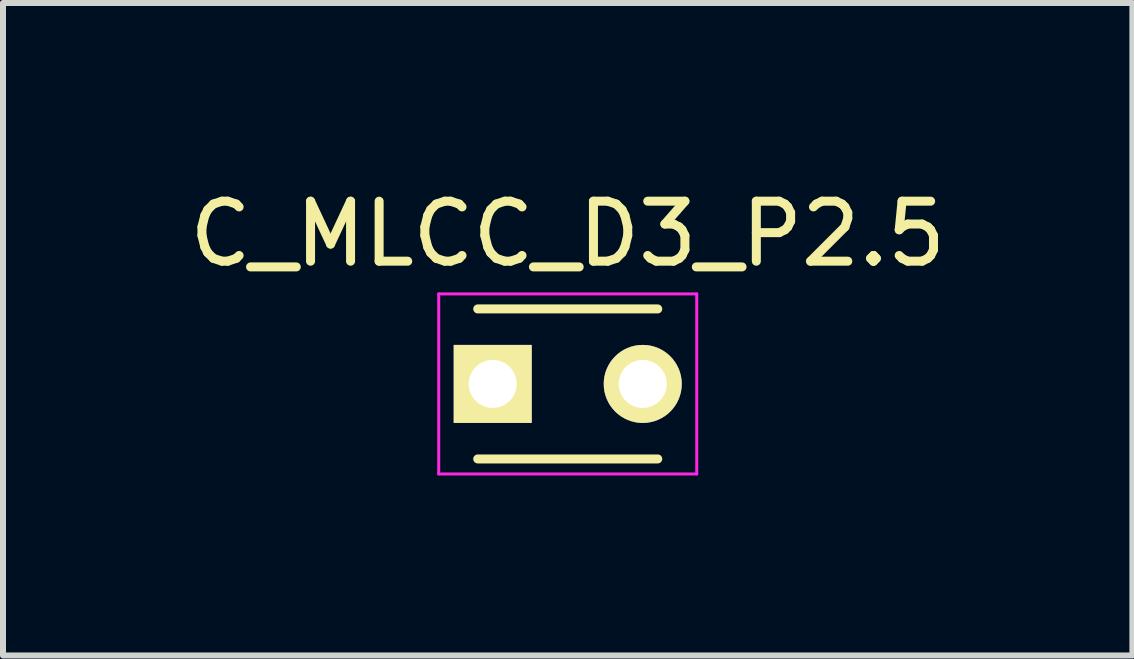
<source format=kicad_pcb>
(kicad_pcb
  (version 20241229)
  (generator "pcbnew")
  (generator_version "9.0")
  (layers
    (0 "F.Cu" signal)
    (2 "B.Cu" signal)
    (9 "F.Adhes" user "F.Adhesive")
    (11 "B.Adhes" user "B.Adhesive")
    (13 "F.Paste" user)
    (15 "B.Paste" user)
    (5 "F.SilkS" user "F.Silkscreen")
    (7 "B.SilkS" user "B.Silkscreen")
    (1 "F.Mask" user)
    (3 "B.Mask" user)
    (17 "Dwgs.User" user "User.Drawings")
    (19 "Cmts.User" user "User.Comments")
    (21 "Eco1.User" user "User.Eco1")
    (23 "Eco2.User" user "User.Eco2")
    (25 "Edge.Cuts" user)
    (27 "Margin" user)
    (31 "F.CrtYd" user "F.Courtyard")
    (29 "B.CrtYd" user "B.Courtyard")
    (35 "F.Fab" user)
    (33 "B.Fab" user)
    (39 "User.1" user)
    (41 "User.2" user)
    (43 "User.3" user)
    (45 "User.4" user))
  (footprint "C_MLCC_D3_P2.5"
    (layer "F.Cu")
    (at 5.161 3.348)
    (property "Reference" "C_MLCC_D3_P2.5" (at 1.25 -2.5 0) (layer "F.SilkS") (effects (font (size 1 1) (thickness 0.15))))
    (attr through_hole)
    (fp_line (start -0.25 -1.25) (end 2.75 -1.25) (stroke (width 0.15) (type solid)) (layer "F.SilkS"))
    (fp_line (start 2.75 1.25) (end -0.25 1.25) (stroke (width 0.15) (type solid)) (layer "F.SilkS"))
    (fp_line (start -0.9 -1.5) (end 3.4 -1.5) (stroke (width 0.05) (type solid)) (layer "F.CrtYd"))
    (fp_line (start -0.9 1.5) (end -0.9 -1.5) (stroke (width 0.05) (type solid)) (layer "F.CrtYd"))
    (fp_line (start 3.4 -1.5) (end 3.4 1.5) (stroke (width 0.05) (type solid)) (layer "F.CrtYd"))
    (fp_line (start 3.4 1.5) (end -0.9 1.5) (stroke (width 0.05) (type solid)) (layer "F.CrtYd"))
    (pad "1" thru_hole rect (at 0 0) (size 1.3 1.3) (drill 0.8) (layers "*.Cu" "*.Mask" "F.SilkS"))
    (pad "2" thru_hole circle (at 2.5 0) (size 1.3 1.3) (drill 0.8) (layers "*.Cu" "*.Mask" "F.SilkS")))
  (gr_rect
    (start -3 -3)
    (end 15.821 7.873)
    (stroke (width 0.1) (type default))
    (fill no)
    (layer "Edge.Cuts")))
</source>
